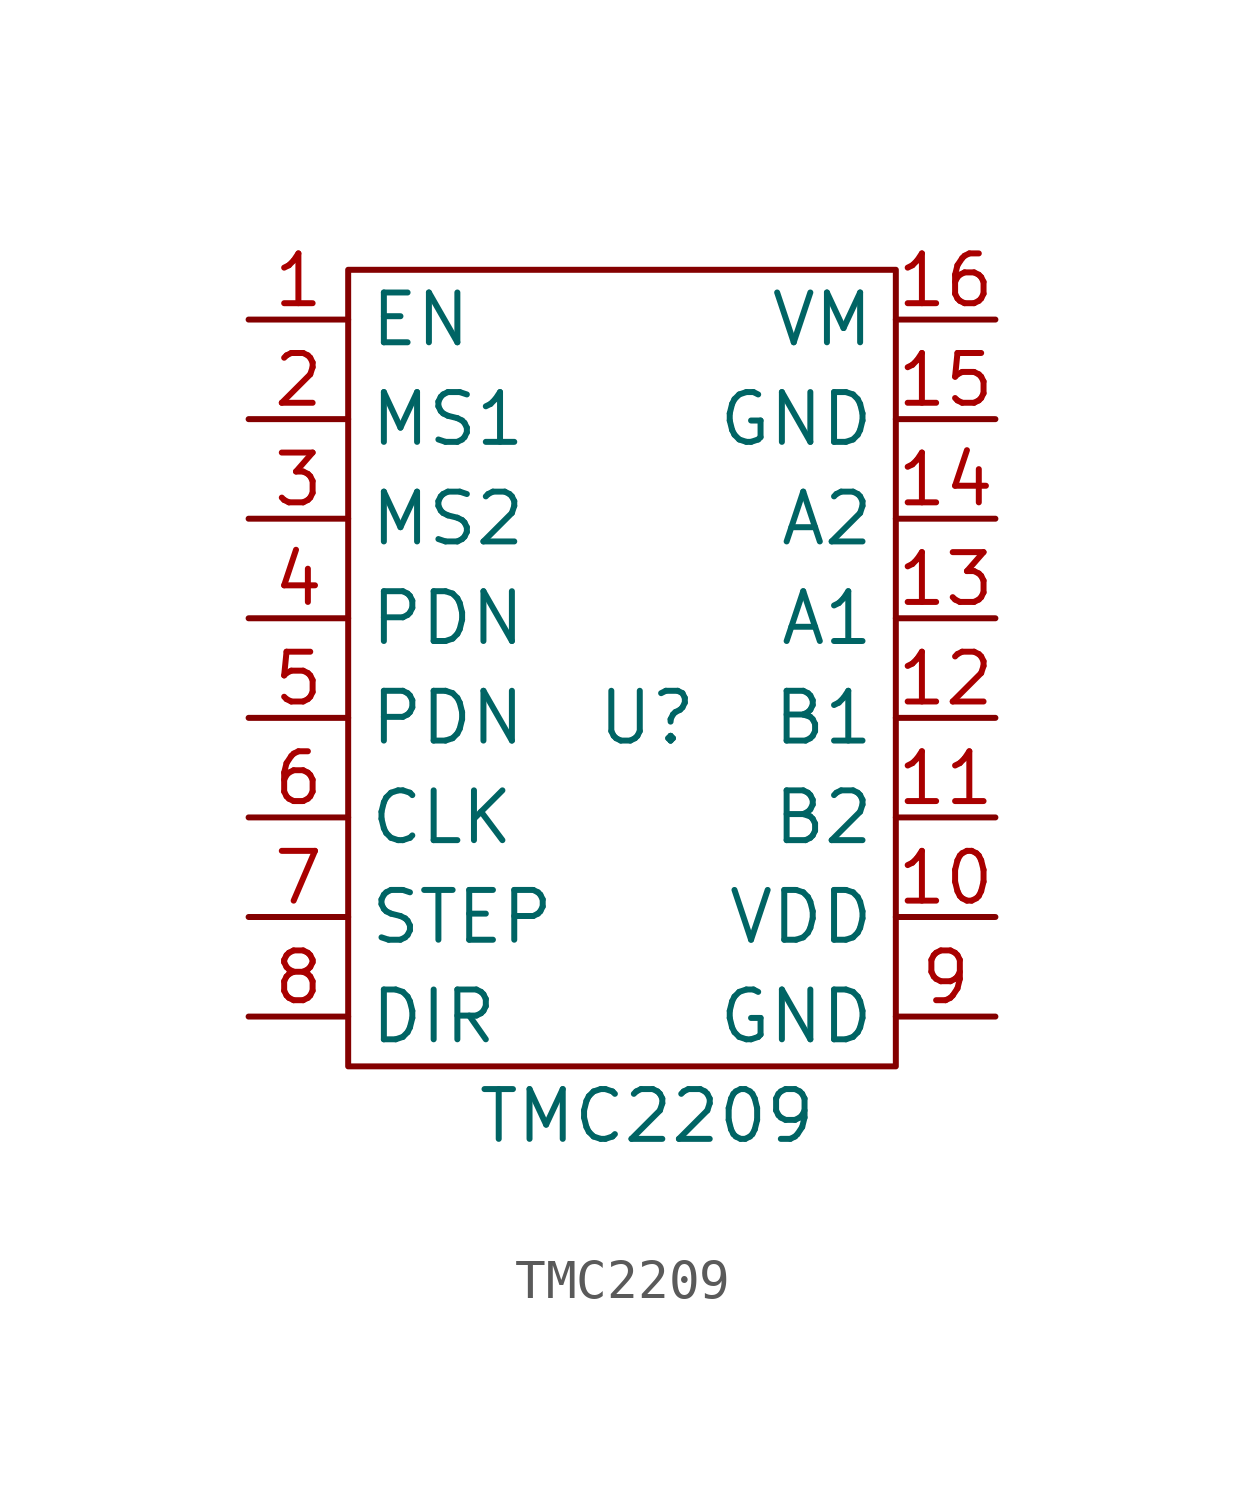
<source format=kicad_sym>
(kicad_symbol_lib
  (version 20211014)
  (generator kicad_symbol_editor)
  (symbol "TMC2209"
    (property "Reference" "U"
      (at 1.27 0 0)
      (effects (font (size 1.27 1.27))))
    (property "Value" "TMC2209"
      (at 1.27 -10.16 0)
      (effects (font (size 1.27 1.27))))
    (symbol "TMC2209_0_1"
      (rectangle (start -6.35 11.43) (end 7.62 -8.89) (stroke (width 0) (type default) (color 0 0 0 0)) (fill (type none))))
    (symbol "TMC2209_1_1"
      (pin input line (at -8.89 10.16 0) (length 2.54) (name "EN" (effects (font (size 1.27 1.27)))) (number "1" (effects (font (size 1.27 1.27)))))
      (pin input line (at 10.16 -5.08 180) (length 2.54) (name "VDD" (effects (font (size 1.27 1.27)))) (number "10" (effects (font (size 1.27 1.27)))))
      (pin input line (at 10.16 -2.54 180) (length 2.54) (name "B2" (effects (font (size 1.27 1.27)))) (number "11" (effects (font (size 1.27 1.27)))))
      (pin input line (at 10.16 0 180) (length 2.54) (name "B1" (effects (font (size 1.27 1.27)))) (number "12" (effects (font (size 1.27 1.27)))))
      (pin input line (at 10.16 2.54 180) (length 2.54) (name "A1" (effects (font (size 1.27 1.27)))) (number "13" (effects (font (size 1.27 1.27)))))
      (pin input line (at 10.16 5.08 180) (length 2.54) (name "A2" (effects (font (size 1.27 1.27)))) (number "14" (effects (font (size 1.27 1.27)))))
      (pin input line (at 10.16 7.62 180) (length 2.54) (name "GND" (effects (font (size 1.27 1.27)))) (number "15" (effects (font (size 1.27 1.27)))))
      (pin input line (at 10.16 10.16 180) (length 2.54) (name "VM" (effects (font (size 1.27 1.27)))) (number "16" (effects (font (size 1.27 1.27)))))
      (pin input line (at -8.89 7.62 0) (length 2.54) (name "MS1" (effects (font (size 1.27 1.27)))) (number "2" (effects (font (size 1.27 1.27)))))
      (pin input line (at -8.89 5.08 0) (length 2.54) (name "MS2" (effects (font (size 1.27 1.27)))) (number "3" (effects (font (size 1.27 1.27)))))
      (pin input line (at -8.89 2.54 0) (length 2.54) (name "PDN" (effects (font (size 1.27 1.27)))) (number "4" (effects (font (size 1.27 1.27)))))
      (pin input line (at -8.89 0 0) (length 2.54) (name "PDN" (effects (font (size 1.27 1.27)))) (number "5" (effects (font (size 1.27 1.27)))))
      (pin input line (at -8.89 -2.54 0) (length 2.54) (name "CLK" (effects (font (size 1.27 1.27)))) (number "6" (effects (font (size 1.27 1.27)))))
      (pin input line (at -8.89 -5.08 0) (length 2.54) (name "STEP" (effects (font (size 1.27 1.27)))) (number "7" (effects (font (size 1.27 1.27)))))
      (pin input line (at -8.89 -7.62 0) (length 2.54) (name "DIR" (effects (font (size 1.27 1.27)))) (number "8" (effects (font (size 1.27 1.27)))))
      (pin input line (at 10.16 -7.62 180) (length 2.54) (name "GND" (effects (font (size 1.27 1.27)))) (number "9" (effects (font (size 1.27 1.27))))))))
</source>
